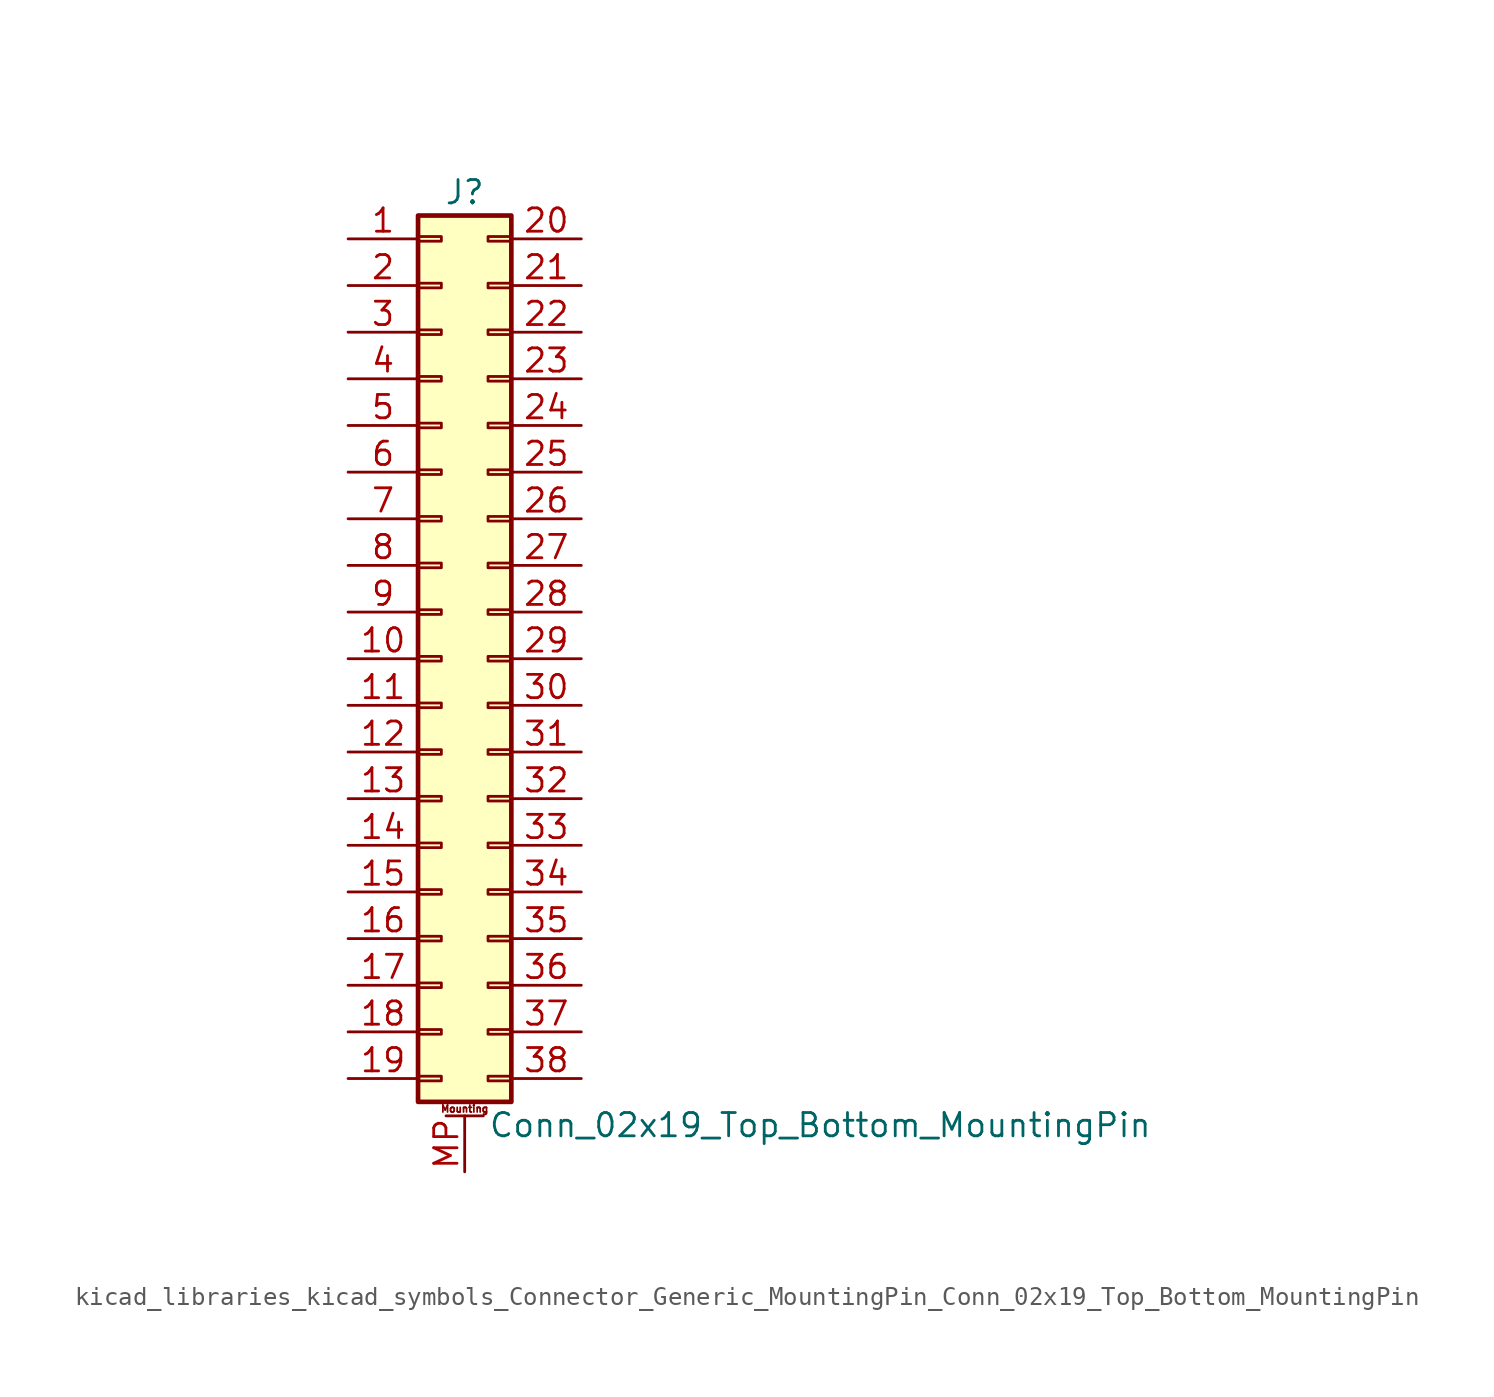
<source format=kicad_sym>
(kicad_symbol_lib
  (version 20220914)
  (generator kicad_symbol_editor)
  (symbol "kicad_libraries_kicad_symbols_Connector_Generic_MountingPin_Conn_02x19_Top_Bottom_MountingPin"
    (pin_names
      (offset 1.016) hide)
    (property "Reference" "J"
      (at 1.27 25.4 0)
      (effects (font (size 1.27 1.27))))
    (property "Value" "Conn_02x19_Top_Bottom_MountingPin"
      (at 2.54 -25.4 0)
      (effects (font (size 1.27 1.27)) (justify left)))
    (symbol "kicad_libraries_kicad_symbols_Connector_Generic_MountingPin_Conn_02x19_Top_Bottom_MountingPin_1_1"
      (rectangle (start -1.27 -22.733) (end 0 -22.987) (stroke (width 0.152) (type default)) (fill (type none)))
      (rectangle (start -1.27 -20.193) (end 0 -20.447) (stroke (width 0.152) (type default)) (fill (type none)))
      (rectangle (start -1.27 -17.653) (end 0 -17.907) (stroke (width 0.152) (type default)) (fill (type none)))
      (rectangle (start -1.27 -15.113) (end 0 -15.367) (stroke (width 0.152) (type default)) (fill (type none)))
      (rectangle (start -1.27 -12.573) (end 0 -12.827) (stroke (width 0.152) (type default)) (fill (type none)))
      (rectangle (start -1.27 -10.033) (end 0 -10.287) (stroke (width 0.152) (type default)) (fill (type none)))
      (rectangle (start -1.27 -7.493) (end 0 -7.747) (stroke (width 0.152) (type default)) (fill (type none)))
      (rectangle (start -1.27 -4.953) (end 0 -5.207) (stroke (width 0.152) (type default)) (fill (type none)))
      (rectangle (start -1.27 -2.413) (end 0 -2.667) (stroke (width 0.152) (type default)) (fill (type none)))
      (rectangle (start -1.27 0.127) (end 0 -0.127) (stroke (width 0.152) (type default)) (fill (type none)))
      (rectangle (start -1.27 2.667) (end 0 2.413) (stroke (width 0.152) (type default)) (fill (type none)))
      (rectangle (start -1.27 5.207) (end 0 4.953) (stroke (width 0.152) (type default)) (fill (type none)))
      (rectangle (start -1.27 7.747) (end 0 7.493) (stroke (width 0.152) (type default)) (fill (type none)))
      (rectangle (start -1.27 10.287) (end 0 10.033) (stroke (width 0.152) (type default)) (fill (type none)))
      (rectangle (start -1.27 12.827) (end 0 12.573) (stroke (width 0.152) (type default)) (fill (type none)))
      (rectangle (start -1.27 15.367) (end 0 15.113) (stroke (width 0.152) (type default)) (fill (type none)))
      (rectangle (start -1.27 17.907) (end 0 17.653) (stroke (width 0.152) (type default)) (fill (type none)))
      (rectangle (start -1.27 20.447) (end 0 20.193) (stroke (width 0.152) (type default)) (fill (type none)))
      (rectangle (start -1.27 22.987) (end 0 22.733) (stroke (width 0.152) (type default)) (fill (type none)))
      (rectangle (start -1.27 24.13) (end 3.81 -24.13) (stroke (width 0.254) (type default)) (fill (type background)))
      (polyline (pts (xy 0.254 -24.892) (xy 2.286 -24.892)) (stroke (width 0.152) (type default)) (fill (type none)))
      (rectangle (start 3.81 -22.733) (end 2.54 -22.987) (stroke (width 0.152) (type default)) (fill (type none)))
      (rectangle (start 3.81 -20.193) (end 2.54 -20.447) (stroke (width 0.152) (type default)) (fill (type none)))
      (rectangle (start 3.81 -17.653) (end 2.54 -17.907) (stroke (width 0.152) (type default)) (fill (type none)))
      (rectangle (start 3.81 -15.113) (end 2.54 -15.367) (stroke (width 0.152) (type default)) (fill (type none)))
      (rectangle (start 3.81 -12.573) (end 2.54 -12.827) (stroke (width 0.152) (type default)) (fill (type none)))
      (rectangle (start 3.81 -10.033) (end 2.54 -10.287) (stroke (width 0.152) (type default)) (fill (type none)))
      (rectangle (start 3.81 -7.493) (end 2.54 -7.747) (stroke (width 0.152) (type default)) (fill (type none)))
      (rectangle (start 3.81 -4.953) (end 2.54 -5.207) (stroke (width 0.152) (type default)) (fill (type none)))
      (rectangle (start 3.81 -2.413) (end 2.54 -2.667) (stroke (width 0.152) (type default)) (fill (type none)))
      (rectangle (start 3.81 0.127) (end 2.54 -0.127) (stroke (width 0.152) (type default)) (fill (type none)))
      (rectangle (start 3.81 2.667) (end 2.54 2.413) (stroke (width 0.152) (type default)) (fill (type none)))
      (rectangle (start 3.81 5.207) (end 2.54 4.953) (stroke (width 0.152) (type default)) (fill (type none)))
      (rectangle (start 3.81 7.747) (end 2.54 7.493) (stroke (width 0.152) (type default)) (fill (type none)))
      (rectangle (start 3.81 10.287) (end 2.54 10.033) (stroke (width 0.152) (type default)) (fill (type none)))
      (rectangle (start 3.81 12.827) (end 2.54 12.573) (stroke (width 0.152) (type default)) (fill (type none)))
      (rectangle (start 3.81 15.367) (end 2.54 15.113) (stroke (width 0.152) (type default)) (fill (type none)))
      (rectangle (start 3.81 17.907) (end 2.54 17.653) (stroke (width 0.152) (type default)) (fill (type none)))
      (rectangle (start 3.81 20.447) (end 2.54 20.193) (stroke (width 0.152) (type default)) (fill (type none)))
      (rectangle (start 3.81 22.987) (end 2.54 22.733) (stroke (width 0.152) (type default)) (fill (type none)))
      (text "Mounting" (at 1.27 -24.511 0) (effects (font (size 0.381 0.381))))
      (pin passive line (at -5.08 22.86 0) (length 3.81) (name "Pin_1" (effects (font (size 1.27 1.27)))) (number "1" (effects (font (size 1.27 1.27)))))
      (pin passive line (at -5.08 0 0) (length 3.81) (name "Pin_10" (effects (font (size 1.27 1.27)))) (number "10" (effects (font (size 1.27 1.27)))))
      (pin passive line (at -5.08 -2.54 0) (length 3.81) (name "Pin_11" (effects (font (size 1.27 1.27)))) (number "11" (effects (font (size 1.27 1.27)))))
      (pin passive line (at -5.08 -5.08 0) (length 3.81) (name "Pin_12" (effects (font (size 1.27 1.27)))) (number "12" (effects (font (size 1.27 1.27)))))
      (pin passive line (at -5.08 -7.62 0) (length 3.81) (name "Pin_13" (effects (font (size 1.27 1.27)))) (number "13" (effects (font (size 1.27 1.27)))))
      (pin passive line (at -5.08 -10.16 0) (length 3.81) (name "Pin_14" (effects (font (size 1.27 1.27)))) (number "14" (effects (font (size 1.27 1.27)))))
      (pin passive line (at -5.08 -12.7 0) (length 3.81) (name "Pin_15" (effects (font (size 1.27 1.27)))) (number "15" (effects (font (size 1.27 1.27)))))
      (pin passive line (at -5.08 -15.24 0) (length 3.81) (name "Pin_16" (effects (font (size 1.27 1.27)))) (number "16" (effects (font (size 1.27 1.27)))))
      (pin passive line (at -5.08 -17.78 0) (length 3.81) (name "Pin_17" (effects (font (size 1.27 1.27)))) (number "17" (effects (font (size 1.27 1.27)))))
      (pin passive line (at -5.08 -20.32 0) (length 3.81) (name "Pin_18" (effects (font (size 1.27 1.27)))) (number "18" (effects (font (size 1.27 1.27)))))
      (pin passive line (at -5.08 -22.86 0) (length 3.81) (name "Pin_19" (effects (font (size 1.27 1.27)))) (number "19" (effects (font (size 1.27 1.27)))))
      (pin passive line (at -5.08 20.32 0) (length 3.81) (name "Pin_2" (effects (font (size 1.27 1.27)))) (number "2" (effects (font (size 1.27 1.27)))))
      (pin passive line (at 7.62 22.86 180) (length 3.81) (name "Pin_20" (effects (font (size 1.27 1.27)))) (number "20" (effects (font (size 1.27 1.27)))))
      (pin passive line (at 7.62 20.32 180) (length 3.81) (name "Pin_21" (effects (font (size 1.27 1.27)))) (number "21" (effects (font (size 1.27 1.27)))))
      (pin passive line (at 7.62 17.78 180) (length 3.81) (name "Pin_22" (effects (font (size 1.27 1.27)))) (number "22" (effects (font (size 1.27 1.27)))))
      (pin passive line (at 7.62 15.24 180) (length 3.81) (name "Pin_23" (effects (font (size 1.27 1.27)))) (number "23" (effects (font (size 1.27 1.27)))))
      (pin passive line (at 7.62 12.7 180) (length 3.81) (name "Pin_24" (effects (font (size 1.27 1.27)))) (number "24" (effects (font (size 1.27 1.27)))))
      (pin passive line (at 7.62 10.16 180) (length 3.81) (name "Pin_25" (effects (font (size 1.27 1.27)))) (number "25" (effects (font (size 1.27 1.27)))))
      (pin passive line (at 7.62 7.62 180) (length 3.81) (name "Pin_26" (effects (font (size 1.27 1.27)))) (number "26" (effects (font (size 1.27 1.27)))))
      (pin passive line (at 7.62 5.08 180) (length 3.81) (name "Pin_27" (effects (font (size 1.27 1.27)))) (number "27" (effects (font (size 1.27 1.27)))))
      (pin passive line (at 7.62 2.54 180) (length 3.81) (name "Pin_28" (effects (font (size 1.27 1.27)))) (number "28" (effects (font (size 1.27 1.27)))))
      (pin passive line (at 7.62 0 180) (length 3.81) (name "Pin_29" (effects (font (size 1.27 1.27)))) (number "29" (effects (font (size 1.27 1.27)))))
      (pin passive line (at -5.08 17.78 0) (length 3.81) (name "Pin_3" (effects (font (size 1.27 1.27)))) (number "3" (effects (font (size 1.27 1.27)))))
      (pin passive line (at 7.62 -2.54 180) (length 3.81) (name "Pin_30" (effects (font (size 1.27 1.27)))) (number "30" (effects (font (size 1.27 1.27)))))
      (pin passive line (at 7.62 -5.08 180) (length 3.81) (name "Pin_31" (effects (font (size 1.27 1.27)))) (number "31" (effects (font (size 1.27 1.27)))))
      (pin passive line (at 7.62 -7.62 180) (length 3.81) (name "Pin_32" (effects (font (size 1.27 1.27)))) (number "32" (effects (font (size 1.27 1.27)))))
      (pin passive line (at 7.62 -10.16 180) (length 3.81) (name "Pin_33" (effects (font (size 1.27 1.27)))) (number "33" (effects (font (size 1.27 1.27)))))
      (pin passive line (at 7.62 -12.7 180) (length 3.81) (name "Pin_34" (effects (font (size 1.27 1.27)))) (number "34" (effects (font (size 1.27 1.27)))))
      (pin passive line (at 7.62 -15.24 180) (length 3.81) (name "Pin_35" (effects (font (size 1.27 1.27)))) (number "35" (effects (font (size 1.27 1.27)))))
      (pin passive line (at 7.62 -17.78 180) (length 3.81) (name "Pin_36" (effects (font (size 1.27 1.27)))) (number "36" (effects (font (size 1.27 1.27)))))
      (pin passive line (at 7.62 -20.32 180) (length 3.81) (name "Pin_37" (effects (font (size 1.27 1.27)))) (number "37" (effects (font (size 1.27 1.27)))))
      (pin passive line (at 7.62 -22.86 180) (length 3.81) (name "Pin_38" (effects (font (size 1.27 1.27)))) (number "38" (effects (font (size 1.27 1.27)))))
      (pin passive line (at -5.08 15.24 0) (length 3.81) (name "Pin_4" (effects (font (size 1.27 1.27)))) (number "4" (effects (font (size 1.27 1.27)))))
      (pin passive line (at -5.08 12.7 0) (length 3.81) (name "Pin_5" (effects (font (size 1.27 1.27)))) (number "5" (effects (font (size 1.27 1.27)))))
      (pin passive line (at -5.08 10.16 0) (length 3.81) (name "Pin_6" (effects (font (size 1.27 1.27)))) (number "6" (effects (font (size 1.27 1.27)))))
      (pin passive line (at -5.08 7.62 0) (length 3.81) (name "Pin_7" (effects (font (size 1.27 1.27)))) (number "7" (effects (font (size 1.27 1.27)))))
      (pin passive line (at -5.08 5.08 0) (length 3.81) (name "Pin_8" (effects (font (size 1.27 1.27)))) (number "8" (effects (font (size 1.27 1.27)))))
      (pin passive line (at -5.08 2.54 0) (length 3.81) (name "Pin_9" (effects (font (size 1.27 1.27)))) (number "9" (effects (font (size 1.27 1.27)))))
      (pin passive line (at 1.27 -27.94 90) (length 3.048) (name "MountPin" (effects (font (size 1.27 1.27)))) (number "MP" (effects (font (size 1.27 1.27))))))))
</source>
